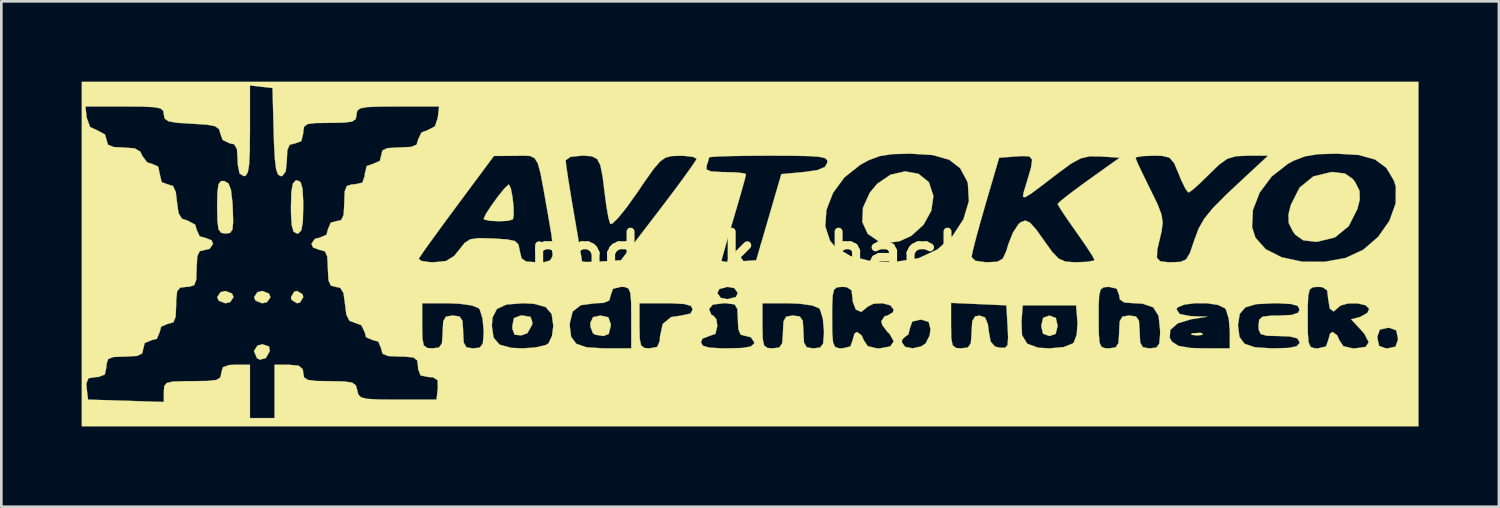
<source format=kicad_pcb>
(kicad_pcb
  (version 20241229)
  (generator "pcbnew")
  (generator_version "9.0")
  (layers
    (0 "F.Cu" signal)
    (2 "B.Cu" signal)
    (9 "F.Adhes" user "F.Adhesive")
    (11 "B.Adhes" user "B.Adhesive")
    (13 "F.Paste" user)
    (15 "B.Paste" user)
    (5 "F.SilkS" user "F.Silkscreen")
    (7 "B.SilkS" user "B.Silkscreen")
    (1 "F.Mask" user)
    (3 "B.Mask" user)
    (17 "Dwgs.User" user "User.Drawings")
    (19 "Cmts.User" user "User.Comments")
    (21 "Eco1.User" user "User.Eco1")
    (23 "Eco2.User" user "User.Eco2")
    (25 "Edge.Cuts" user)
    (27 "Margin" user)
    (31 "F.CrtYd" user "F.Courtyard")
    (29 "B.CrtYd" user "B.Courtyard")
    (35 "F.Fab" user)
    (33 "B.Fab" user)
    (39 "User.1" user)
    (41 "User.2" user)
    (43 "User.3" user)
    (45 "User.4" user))
  (footprint "nodrinknohack"
    (layer "F.Cu")
    (at 24.946 6.432)
    (property "Reference" "nodrinknohack" (at 0 0 0) (layer "F.SilkS") (effects (font (size 1.524 1.524) (thickness 0.3))))
    (attr through_hole)
    (fp_poly (pts (xy 16.87 2.959) (xy 16.889 3.015) (xy 16.678 3.036) (xy 16.461 3.012) (xy 16.487 2.959) (xy 16.8 2.939) (xy 16.87 2.959)) (stroke (width 0.01) (type solid)) (fill yes) (layer "F.SilkS"))
    (fp_poly (pts (xy -19.336 1.473) (xy -19.28 1.607) (xy -19.407 1.794) (xy -19.586 1.836) (xy -19.835 1.74) (xy -19.892 1.607) (xy -19.764 1.42) (xy -19.586 1.377) (xy -19.336 1.473)) (stroke (width 0.01) (type solid)) (fill yes) (layer "F.SilkS"))
    (fp_poly (pts (xy -17.959 1.473) (xy -17.902 1.607) (xy -18.03 1.794) (xy -18.208 1.836) (xy -18.458 1.74) (xy -18.514 1.607) (xy -18.387 1.42) (xy -18.208 1.377) (xy -17.959 1.473)) (stroke (width 0.01) (type solid)) (fill yes) (layer "F.SilkS"))
    (fp_poly (pts (xy -17.952 3.451) (xy -17.929 3.621) (xy -18.074 3.881) (xy -18.301 3.943) (xy -18.409 3.879) (xy -18.518 3.617) (xy -18.381 3.411) (xy -18.197 3.366) (xy -17.952 3.451)) (stroke (width 0.01) (type solid)) (fill yes) (layer "F.SilkS"))
    (fp_poly (pts (xy -16.705 1.5) (xy -16.678 1.607) (xy -16.801 1.809) (xy -16.908 1.836) (xy -17.111 1.714) (xy -17.137 1.607) (xy -17.015 1.404) (xy -16.908 1.377) (xy -16.705 1.5)) (stroke (width 0.01) (type solid)) (fill yes) (layer "F.SilkS"))
    (fp_poly (pts (xy 11.41 2.385) (xy 11.476 2.678) (xy 11.404 2.978) (xy 11.17 3.06) (xy 10.93 2.971) (xy 10.864 2.678) (xy 10.936 2.378) (xy 11.17 2.295) (xy 11.41 2.385)) (stroke (width 0.01) (type solid)) (fill yes) (layer "F.SilkS"))
    (fp_poly (pts (xy -8.195 2.345) (xy -8.128 2.547) (xy -8.137 2.639) (xy -8.311 2.949) (xy -8.53 3.033) (xy -8.788 3.012) (xy -8.872 2.794) (xy -8.875 2.688) (xy -8.816 2.392) (xy -8.579 2.298) (xy -8.482 2.295) (xy -8.195 2.345)) (stroke (width 0.01) (type solid)) (fill yes) (layer "F.SilkS"))
    (fp_poly (pts (xy -5.294 2.358) (xy -5.204 2.607) (xy -5.202 2.678) (xy -5.279 2.983) (xy -5.483 3.06) (xy -5.774 3.01) (xy -5.865 2.958) (xy -5.953 2.733) (xy -5.967 2.576) (xy -5.862 2.352) (xy -5.585 2.295) (xy -5.294 2.358)) (stroke (width 0.01) (type solid)) (fill yes) (layer "F.SilkS"))
    (fp_poly (pts (xy -16.779 -2.688) (xy -16.708 -2.451) (xy -16.68 -1.985) (xy -16.678 -1.76) (xy -16.694 -1.202) (xy -16.748 -0.892) (xy -16.856 -0.772) (xy -16.908 -0.765) (xy -17.037 -0.831) (xy -17.108 -1.069) (xy -17.136 -1.534) (xy -17.137 -1.76) (xy -17.122 -2.318) (xy -17.067 -2.628) (xy -16.96 -2.747) (xy -16.908 -2.754) (xy -16.779 -2.688)) (stroke (width 0.01) (type solid)) (fill yes) (layer "F.SilkS"))
    (fp_poly (pts (xy -8.935 -2.467) (xy -8.872 -2.151) (xy -8.83 -1.768) (xy -8.824 -1.44) (xy -8.857 -1.293) (xy -9.042 -1.241) (xy -9.368 -1.225) (xy -9.705 -1.241) (xy -9.922 -1.288) (xy -9.946 -1.314) (xy -9.863 -1.496) (xy -9.659 -1.809) (xy -9.404 -2.16) (xy -9.166 -2.453) (xy -9.015 -2.595) (xy -9.006 -2.598) (xy -8.935 -2.467)) (stroke (width 0.01) (type solid)) (fill yes) (layer "F.SilkS"))
    (fp_poly (pts (xy -19.468 -2.635) (xy -19.375 -2.393) (xy -19.322 -1.934) (xy -19.31 -1.72) (xy -19.294 -1.197) (xy -19.322 -0.91) (xy -19.414 -0.789) (xy -19.578 -0.765) (xy -19.747 -0.794) (xy -19.841 -0.926) (xy -19.882 -1.228) (xy -19.892 -1.768) (xy -19.892 -1.771) (xy -19.882 -2.312) (xy -19.84 -2.609) (xy -19.75 -2.725) (xy -19.624 -2.726) (xy -19.468 -2.635)) (stroke (width 0.01) (type solid)) (fill yes) (layer "F.SilkS"))
    (fp_poly (pts (xy 6.283 -2.996) (xy 6.662 -2.69) (xy 6.675 -2.671) (xy 6.84 -2.166) (xy 6.76 -1.617) (xy 6.474 -1.097) (xy 6.017 -0.681) (xy 5.566 -0.476) (xy 5.138 -0.419) (xy 4.813 -0.463) (xy 4.388 -0.757) (xy 4.186 -1.199) (xy 4.211 -1.73) (xy 4.463 -2.286) (xy 4.743 -2.624) (xy 5.238 -2.961) (xy 5.78 -3.086) (xy 6.283 -2.996)) (stroke (width 0.01) (type solid)) (fill yes) (layer "F.SilkS"))
    (fp_poly (pts (xy 22.199 -3.006) (xy 22.49 -2.803) (xy 22.588 -2.671) (xy 22.744 -2.357) (xy 22.751 -2.031) (xy 22.664 -1.684) (xy 22.336 -1.038) (xy 21.824 -0.621) (xy 21.162 -0.46) (xy 21.099 -0.459) (xy 20.645 -0.513) (xy 20.353 -0.716) (xy 20.255 -0.849) (xy 20.099 -1.162) (xy 20.092 -1.488) (xy 20.179 -1.835) (xy 20.507 -2.481) (xy 21.019 -2.898) (xy 21.681 -3.059) (xy 21.745 -3.06) (xy 22.199 -3.006)) (stroke (width 0.01) (type solid)) (fill yes) (layer "F.SilkS"))
    (fp_poly (pts (xy 24.941 6.427) (xy -24.941 6.427) (xy -24.941 -5.508) (xy -24.808 -5.508) (xy -24.76 -5.088) (xy -24.633 -4.742) (xy -24.367 -4.618) (xy -24.079 -4.466) (xy -24.023 -4.274) (xy -23.969 -4.081) (xy -23.755 -3.995) (xy -23.397 -3.978) (xy -22.969 -3.945) (xy -22.756 -3.82) (xy -22.69 -3.672) (xy -22.503 -3.422) (xy -22.322 -3.366) (xy -22.093 -3.266) (xy -22.034 -2.984) (xy -21.96 -2.682) (xy -21.737 -2.601) (xy -21.54 -2.541) (xy -21.435 -2.312) (xy -21.392 -1.951) (xy -21.334 -1.526) (xy -21.207 -1.321) (xy -21.001 -1.252) (xy -20.713 -1.1) (xy -20.657 -0.907) (xy -20.543 -0.659) (xy -20.351 -0.612) (xy -20.101 -0.516) (xy -20.045 -0.383) (xy -20.172 -0.196) (xy -20.351 -0.153) (xy -20.542 -0.108) (xy -20.632 0.079) (xy -20.657 0.486) (xy -20.657 0.536) (xy -20.672 0.96) (xy -20.75 1.162) (xy -20.936 1.221) (xy -21.039 1.224) (xy -21.275 1.253) (xy -21.387 1.393) (xy -21.42 1.727) (xy -21.422 1.913) (xy -21.442 2.343) (xy -21.525 2.546) (xy -21.706 2.601) (xy -21.728 2.601) (xy -21.983 2.709) (xy -22.034 2.907) (xy -22.142 3.163) (xy -22.34 3.213) (xy -22.595 3.321) (xy -22.646 3.519) (xy -22.691 3.711) (xy -22.878 3.801) (xy -23.285 3.825) (xy -23.334 3.825) (xy -23.759 3.841) (xy -23.961 3.919) (xy -24.02 4.105) (xy -24.023 4.208) (xy -24.084 4.496) (xy -24.327 4.588) (xy -24.416 4.59) (xy -24.695 4.634) (xy -24.773 4.83) (xy -24.76 5.011) (xy -24.711 5.432) (xy -21.881 5.52) (xy -21.881 5.132) (xy -21.866 4.929) (xy -21.776 4.813) (xy -21.545 4.759) (xy -21.106 4.744) (xy -20.81 4.743) (xy -20.247 4.735) (xy -19.924 4.698) (xy -19.777 4.613) (xy -19.739 4.462) (xy -19.739 4.437) (xy -19.679 4.226) (xy -19.445 4.141) (xy -19.203 4.131) (xy -18.667 4.131) (xy -18.667 6.12) (xy -17.749 6.12) (xy -17.749 4.131) (xy -17.214 4.131) (xy -16.845 4.166) (xy -16.696 4.299) (xy -16.678 4.437) (xy -16.647 4.604) (xy -16.508 4.696) (xy -16.193 4.736) (xy -15.694 4.743) (xy -15.159 4.753) (xy -14.857 4.797) (xy -14.715 4.899) (xy -14.662 5.085) (xy -14.662 5.088) (xy -14.622 5.247) (xy -14.519 5.348) (xy -14.294 5.403) (xy -13.887 5.427) (xy -13.239 5.432) (xy -13.159 5.432) (xy -11.705 5.432) (xy -11.657 5.011) (xy -11.663 4.706) (xy -11.833 4.599) (xy -12.001 4.59) (xy -12.298 4.531) (xy -12.392 4.294) (xy -12.394 4.208) (xy -12.423 3.972) (xy -12.563 3.86) (xy -12.897 3.827) (xy -13.083 3.825) (xy -13.513 3.805) (xy -13.716 3.722) (xy -13.771 3.541) (xy -13.771 3.519) (xy -13.879 3.264) (xy -14.077 3.213) (xy -14.334 3.104) (xy -14.383 2.918) (xy -14.512 2.653) (xy -14.727 2.574) (xy -14.954 2.489) (xy -15.07 2.262) (xy -15.119 1.874) (xy -15.124 1.836) (xy -12.241 1.836) (xy -12.241 2.678) (xy -12.231 3.16) (xy -12.179 3.411) (xy -12.049 3.505) (xy -11.858 3.519) (xy -11.612 3.486) (xy -11.502 3.328) (xy -11.476 2.961) (xy -11.476 2.907) (xy -11.455 2.513) (xy -11.357 2.338) (xy -11.127 2.295) (xy -11.093 2.295) (xy -10.847 2.329) (xy -10.737 2.486) (xy -10.711 2.854) (xy -10.711 2.907) (xy -10.69 3.302) (xy -10.591 3.477) (xy -10.362 3.519) (xy -10.328 3.519) (xy -10.088 3.489) (xy -9.977 3.342) (xy -9.947 2.996) (xy -9.946 2.861) (xy -9.962 2.678) (xy -9.64 2.678) (xy -9.576 3.119) (xy -9.351 3.381) (xy -8.914 3.5) (xy -8.492 3.519) (xy -8.007 3.485) (xy -7.638 3.398) (xy -7.528 3.336) (xy -7.396 3.059) (xy -7.345 2.678) (xy -6.733 2.678) (xy -6.68 3.091) (xy -6.489 3.347) (xy -6.107 3.479) (xy -5.481 3.519) (xy -5.401 3.519) (xy -4.437 3.519) (xy -4.437 2.372) (xy -4.442 1.836) (xy -4.131 1.836) (xy -4.131 2.678) (xy -4.121 3.16) (xy -4.069 3.411) (xy -3.94 3.505) (xy -3.749 3.519) (xy -3.469 3.465) (xy -3.393 3.29) (xy -1.836 3.29) (xy -1.77 3.418) (xy -1.532 3.49) (xy -1.067 3.518) (xy -0.842 3.519) (xy -0.284 3.504) (xy 0.026 3.449) (xy 0.146 3.342) (xy 0.153 3.29) (xy 0.025 3.103) (xy -0.153 3.06) (xy -0.353 3.009) (xy -0.442 2.801) (xy -0.459 2.448) (xy -0.475 2.056) (xy -0.575 1.882) (xy -0.837 1.838) (xy -0.995 1.836) (xy 0.459 1.836) (xy 0.459 2.678) (xy 0.469 3.16) (xy 0.521 3.411) (xy 0.651 3.505) (xy 0.842 3.519) (xy 1.088 3.486) (xy 1.198 3.328) (xy 1.224 2.961) (xy 1.224 2.907) (xy 1.245 2.513) (xy 1.343 2.338) (xy 1.573 2.295) (xy 1.607 2.295) (xy 1.853 2.329) (xy 1.963 2.486) (xy 1.989 2.854) (xy 1.989 2.907) (xy 2.01 3.302) (xy 2.109 3.477) (xy 2.338 3.519) (xy 2.372 3.519) (xy 2.612 3.489) (xy 2.723 3.342) (xy 2.753 2.996) (xy 2.754 2.861) (xy 2.714 2.41) (xy 2.702 2.372) (xy 3.06 2.372) (xy 3.065 2.955) (xy 3.094 3.298) (xy 3.168 3.463) (xy 3.308 3.515) (xy 3.443 3.519) (xy 3.743 3.448) (xy 3.825 3.213) (xy 3.895 2.965) (xy 3.993 2.907) (xy 4.162 3.035) (xy 4.24 3.213) (xy 4.389 3.437) (xy 4.728 3.517) (xy 4.838 3.519) (xy 5.23 3.447) (xy 5.336 3.29) (xy 5.661 3.29) (xy 5.783 3.462) (xy 6.066 3.517) (xy 6.385 3.446) (xy 6.549 3.336) (xy 6.697 3.043) (xy 6.733 2.8) (xy 6.698 2.671) (xy 7.498 2.671) (xy 7.507 3.155) (xy 7.559 3.408) (xy 7.686 3.505) (xy 7.88 3.519) (xy 8.127 3.486) (xy 8.236 3.328) (xy 8.263 2.961) (xy 8.263 2.907) (xy 8.289 2.505) (xy 8.394 2.328) (xy 8.559 2.295) (xy 8.768 2.366) (xy 8.874 2.626) (xy 8.904 2.869) (xy 8.974 3.265) (xy 9.134 3.448) (xy 9.304 3.493) (xy 9.507 3.501) (xy 9.605 3.402) (xy 9.628 3.127) (xy 9.61 2.728) (xy 9.597 2.497) (xy 10.127 2.497) (xy 10.147 3.028) (xy 10.342 3.347) (xy 10.755 3.495) (xy 11.17 3.519) (xy 11.704 3.47) (xy 12.042 3.336) (xy 12.079 3.3) (xy 12.187 3.011) (xy 12.218 2.581) (xy 12.213 2.497) (xy 12.202 2.372) (xy 13.006 2.372) (xy 13.011 2.955) (xy 13.039 3.298) (xy 13.113 3.463) (xy 13.254 3.515) (xy 13.389 3.519) (xy 13.635 3.486) (xy 13.745 3.328) (xy 13.771 2.961) (xy 13.771 2.907) (xy 13.792 2.513) (xy 13.89 2.338) (xy 14.12 2.295) (xy 14.154 2.295) (xy 14.4 2.329) (xy 14.51 2.486) (xy 14.536 2.854) (xy 14.536 2.907) (xy 14.557 3.302) (xy 14.656 3.477) (xy 14.885 3.519) (xy 14.919 3.519) (xy 15.159 3.489) (xy 15.27 3.342) (xy 15.289 3.127) (xy 15.659 3.127) (xy 15.75 3.277) (xy 15.992 3.428) (xy 16.437 3.504) (xy 16.927 3.519) (xy 17.902 3.519) (xy 17.902 2.861) (xy 17.886 2.678) (xy 18.208 2.678) (xy 18.261 3.091) (xy 18.452 3.347) (xy 18.834 3.479) (xy 19.46 3.519) (xy 19.54 3.519) (xy 20.088 3.503) (xy 20.388 3.445) (xy 20.499 3.333) (xy 20.504 3.29) (xy 20.422 3.145) (xy 20.138 3.075) (xy 19.739 3.06) (xy 19.284 3.048) (xy 19.058 2.985) (xy 18.981 2.831) (xy 18.973 2.678) (xy 18.998 2.451) (xy 19.087 2.372) (xy 20.81 2.372) (xy 20.814 2.955) (xy 20.843 3.298) (xy 20.917 3.463) (xy 21.058 3.515) (xy 21.192 3.519) (xy 21.492 3.448) (xy 21.575 3.213) (xy 21.645 2.965) (xy 21.742 2.907) (xy 21.911 3.035) (xy 21.989 3.213) (xy 22.138 3.437) (xy 22.477 3.517) (xy 22.587 3.519) (xy 22.974 3.463) (xy 23.086 3.288) (xy 23.008 3.137) (xy 23.411 3.137) (xy 23.474 3.428) (xy 23.723 3.518) (xy 23.793 3.519) (xy 24.085 3.456) (xy 24.174 3.207) (xy 24.176 3.137) (xy 24.113 2.846) (xy 23.864 2.756) (xy 23.793 2.754) (xy 23.502 2.817) (xy 23.412 3.066) (xy 23.411 3.137) (xy 23.008 3.137) (xy 22.927 2.981) (xy 22.767 2.796) (xy 22.428 2.436) (xy 22.767 2.348) (xy 23.032 2.198) (xy 23.105 2.048) (xy 22.975 1.912) (xy 22.67 1.841) (xy 22.314 1.843) (xy 22.03 1.923) (xy 21.957 1.989) (xy 21.775 2.144) (xy 21.632 2.03) (xy 21.575 1.683) (xy 21.534 1.355) (xy 21.359 1.235) (xy 21.192 1.224) (xy 20.998 1.238) (xy 20.884 1.324) (xy 20.829 1.546) (xy 20.811 1.969) (xy 20.81 2.372) (xy 19.087 2.372) (xy 19.125 2.337) (xy 19.432 2.299) (xy 19.739 2.295) (xy 20.22 2.271) (xy 20.455 2.186) (xy 20.504 2.066) (xy 20.436 1.935) (xy 20.194 1.864) (xy 19.72 1.837) (xy 19.54 1.836) (xy 18.886 1.869) (xy 18.481 1.99) (xy 18.273 2.232) (xy 18.209 2.627) (xy 18.208 2.678) (xy 17.886 2.678) (xy 17.862 2.41) (xy 17.761 2.08) (xy 17.719 2.02) (xy 17.459 1.898) (xy 17.053 1.837) (xy 16.599 1.834) (xy 16.198 1.887) (xy 15.949 1.993) (xy 15.913 2.066) (xy 16.034 2.238) (xy 16.417 2.313) (xy 16.487 2.317) (xy 17.061 2.339) (xy 16.464 2.432) (xy 15.959 2.585) (xy 15.68 2.83) (xy 15.659 3.127) (xy 15.289 3.127) (xy 15.3 2.996) (xy 15.301 2.861) (xy 15.244 2.305) (xy 15.041 1.985) (xy 14.643 1.851) (xy 14.353 1.836) (xy 13.964 1.808) (xy 13.798 1.693) (xy 13.771 1.53) (xy 13.681 1.29) (xy 13.389 1.224) (xy 13.194 1.238) (xy 13.08 1.324) (xy 13.025 1.546) (xy 13.007 1.969) (xy 13.006 2.372) (xy 12.202 2.372) (xy 12.164 1.913) (xy 10.175 1.913) (xy 10.127 2.497) (xy 9.597 2.497) (xy 9.563 1.913) (xy 7.498 1.822) (xy 7.498 2.671) (xy 6.698 2.671) (xy 6.661 2.53) (xy 6.393 2.449) (xy 6.35 2.448) (xy 6.05 2.52) (xy 5.967 2.754) (xy 5.903 3.003) (xy 5.814 3.06) (xy 5.679 3.184) (xy 5.661 3.29) (xy 5.336 3.29) (xy 5.36 3.254) (xy 5.207 2.981) (xy 5.126 2.907) (xy 4.931 2.647) (xy 4.896 2.506) (xy 5.019 2.319) (xy 5.126 2.295) (xy 5.329 2.173) (xy 5.355 2.066) (xy 5.228 1.911) (xy 4.935 1.836) (xy 4.607 1.852) (xy 4.375 1.969) (xy 4.361 1.989) (xy 4.148 2.158) (xy 3.945 2.073) (xy 3.831 1.781) (xy 3.825 1.683) (xy 3.784 1.355) (xy 3.609 1.235) (xy 3.443 1.224) (xy 3.248 1.238) (xy 3.134 1.324) (xy 3.079 1.546) (xy 3.062 1.969) (xy 3.06 2.372) (xy 2.702 2.372) (xy 2.613 2.08) (xy 2.571 2.02) (xy 2.322 1.92) (xy 1.864 1.854) (xy 1.423 1.836) (xy 0.459 1.836) (xy -0.995 1.836) (xy -1.391 1.886) (xy -1.529 2.045) (xy -1.53 2.066) (xy -1.447 2.269) (xy -1.377 2.295) (xy -1.262 2.426) (xy -1.224 2.678) (xy -1.296 2.978) (xy -1.53 3.06) (xy -1.779 3.156) (xy -1.836 3.29) (xy -3.393 3.29) (xy -3.372 3.24) (xy -3.366 3.091) (xy -3.264 2.611) (xy -2.951 2.352) (xy -2.571 2.295) (xy -2.229 2.223) (xy -2.142 2.066) (xy -2.209 1.937) (xy -2.446 1.865) (xy -2.911 1.838) (xy -3.137 1.836) (xy -4.131 1.836) (xy -4.442 1.836) (xy -4.442 1.788) (xy -4.47 1.454) (xy -1.224 1.454) (xy -1.091 1.638) (xy -0.842 1.683) (xy -0.534 1.603) (xy -0.459 1.454) (xy -0.592 1.269) (xy -0.842 1.224) (xy -1.149 1.304) (xy -1.224 1.454) (xy -4.47 1.454) (xy -4.471 1.446) (xy -4.545 1.281) (xy -4.686 1.228) (xy -4.82 1.224) (xy -5.12 1.296) (xy -5.202 1.53) (xy -5.257 1.734) (xy -5.474 1.822) (xy -5.784 1.836) (xy -6.321 1.907) (xy -6.623 2.144) (xy -6.731 2.584) (xy -6.733 2.678) (xy -7.345 2.678) (xy -7.408 2.236) (xy -7.633 1.975) (xy -8.07 1.855) (xy -8.492 1.836) (xy -9.094 1.883) (xy -9.451 2.048) (xy -9.614 2.368) (xy -9.64 2.678) (xy -9.962 2.678) (xy -9.986 2.41) (xy -10.087 2.08) (xy -10.129 2.02) (xy -10.378 1.92) (xy -10.836 1.854) (xy -11.277 1.836) (xy -12.241 1.836) (xy -15.124 1.836) (xy -15.177 1.453) (xy -15.295 1.262) (xy -15.463 1.224) (xy -15.649 1.176) (xy -15.737 0.981) (xy -15.76 0.562) (xy -15.76 0.536) (xy -15.777 0.176) (xy -12.368 0.176) (xy -12.267 0.257) (xy -11.95 0.302) (xy -11.805 0.306) (xy -11.352 0.26) (xy -11.048 0.073) (xy -10.859 -0.16) (xy -10.655 -0.416) (xy -10.447 -0.551) (xy -10.135 -0.595) (xy -9.621 -0.582) (xy -9.586 -0.581) (xy -9.068 -0.547) (xy -8.781 -0.487) (xy -8.65 -0.364) (xy -8.6 -0.143) (xy -8.597 -0.115) (xy -8.532 0.159) (xy -8.359 0.278) (xy -7.983 0.306) (xy -7.946 0.306) (xy -7.656 0.297) (xy -7.466 0.236) (xy -7.369 0.077) (xy -7.356 -0.229) (xy -7.417 -0.73) (xy -7.544 -1.474) (xy -7.579 -1.671) (xy -7.722 -2.481) (xy -7.829 -3.038) (xy -7.927 -3.39) (xy -7.984 -3.481) (xy -6.885 -3.481) (xy -6.859 -3.261) (xy -6.791 -2.808) (xy -6.691 -2.189) (xy -6.58 -1.53) (xy -6.46 -0.836) (xy -6.363 -0.263) (xy -6.297 0.128) (xy -6.275 0.276) (xy -6.137 0.295) (xy -5.788 0.289) (xy -5.548 0.276) (xy -4.822 0.23) (xy -3.413 -1.607) (xy -2.923 -2.253) (xy -2.505 -2.816) (xy -2.259 -3.158) (xy -1.629 -3.158) (xy -1.465 -3.085) (xy -1.07 -3.061) (xy -0.934 -3.06) (xy -0.493 -3.046) (xy -0.209 -3.009) (xy -0.153 -2.979) (xy -0.194 -2.807) (xy -0.305 -2.407) (xy -0.467 -1.844) (xy -0.612 -1.352) (xy -0.801 -0.711) (xy -0.952 -0.186) (xy -1.047 0.158) (xy -1.071 0.258) (xy -0.935 0.288) (xy -0.593 0.287) (xy -0.422 0.277) (xy 0.227 0.23) (xy 0.597 -1.038) (xy 2.804 -1.038) (xy 2.98 -0.501) (xy 3.181 -0.259) (xy 3.753 0.078) (xy 4.513 0.267) (xy 5.376 0.298) (xy 6.256 0.16) (xy 6.307 0.146) (xy 6.377 0.114) (xy 8.263 0.114) (xy 8.405 0.251) (xy 8.803 0.306) (xy 8.855 0.306) (xy 9.227 0.286) (xy 9.431 0.17) (xy 9.564 -0.122) (xy 9.631 -0.353) (xy 9.806 -0.798) (xy 10.023 -1.125) (xy 10.097 -1.187) (xy 10.27 -1.251) (xy 10.443 -1.176) (xy 10.673 -0.919) (xy 10.952 -0.528) (xy 11.275 -0.079) (xy 11.517 0.171) (xy 11.766 0.28) (xy 12.107 0.306) (xy 12.19 0.306) (xy 12.592 0.288) (xy 12.827 0.243) (xy 12.853 0.219) (xy 12.77 0.061) (xy 12.551 -0.277) (xy 12.239 -0.729) (xy 12.164 -0.834) (xy 11.838 -1.299) (xy 11.596 -1.662) (xy 11.48 -1.857) (xy 11.476 -1.871) (xy 11.592 -1.986) (xy 11.904 -2.233) (xy 12.356 -2.569) (xy 12.633 -2.77) (xy 13.785 -3.592) (xy 14.383 -3.592) (xy 14.447 -3.427) (xy 14.618 -3.06) (xy 14.861 -2.564) (xy 14.931 -2.423) (xy 15.205 -1.861) (xy 15.353 -1.474) (xy 15.397 -1.17) (xy 15.356 -0.855) (xy 15.314 -0.676) (xy 15.193 -0.153) (xy 15.182 0.141) (xy 15.308 0.272) (xy 15.6 0.305) (xy 15.732 0.306) (xy 16.067 0.291) (xy 16.27 0.2) (xy 16.413 -0.039) (xy 16.569 -0.496) (xy 16.579 -0.527) (xy 16.735 -0.944) (xy 16.769 -1.004) (xy 18.733 -1.004) (xy 18.858 -0.612) (xy 19.241 -0.181) (xy 19.843 0.122) (xy 20.598 0.284) (xy 21.442 0.288) (xy 22.22 0.146) (xy 22.881 -0.16) (xy 23.441 -0.645) (xy 23.859 -1.243) (xy 24.091 -1.888) (xy 24.098 -2.513) (xy 24.029 -2.739) (xy 23.743 -3.218) (xy 23.324 -3.529) (xy 22.718 -3.698) (xy 21.881 -3.748) (xy 21.202 -3.728) (xy 20.71 -3.648) (xy 20.287 -3.486) (xy 20.075 -3.372) (xy 19.465 -2.896) (xy 19.017 -2.297) (xy 18.763 -1.643) (xy 18.733 -1.004) (xy 16.769 -1.004) (xy 16.944 -1.314) (xy 17.259 -1.703) (xy 17.73 -2.18) (xy 18.086 -2.516) (xy 19.33 -3.672) (xy 18.572 -3.672) (xy 18.13 -3.652) (xy 17.807 -3.556) (xy 17.493 -3.33) (xy 17.137 -2.984) (xy 16.771 -2.626) (xy 16.489 -2.377) (xy 16.361 -2.295) (xy 16.253 -2.425) (xy 16.091 -2.755) (xy 15.998 -2.984) (xy 15.824 -3.398) (xy 15.649 -3.6) (xy 15.37 -3.666) (xy 15.059 -3.672) (xy 14.653 -3.656) (xy 14.412 -3.615) (xy 14.383 -3.592) (xy 13.785 -3.592) (xy 13.79 -3.596) (xy 13.08 -3.643) (xy 12.671 -3.648) (xy 12.339 -3.572) (xy 11.98 -3.376) (xy 11.507 -3.031) (xy 10.895 -2.561) (xy 10.494 -2.262) (xy 10.269 -2.123) (xy 10.184 -2.136) (xy 10.203 -2.29) (xy 10.29 -2.575) (xy 10.333 -2.711) (xy 10.485 -3.233) (xy 10.523 -3.524) (xy 10.42 -3.645) (xy 10.149 -3.658) (xy 9.925 -3.643) (xy 9.293 -3.596) (xy 8.778 -1.837) (xy 8.577 -1.135) (xy 8.412 -0.532) (xy 8.302 -0.093) (xy 8.263 0.114) (xy 6.377 0.114) (xy 6.99 -0.172) (xy 7.555 -0.676) (xy 7.961 -1.3) (xy 8.165 -1.976) (xy 8.125 -2.636) (xy 8.098 -2.722) (xy 7.839 -3.204) (xy 7.428 -3.521) (xy 6.821 -3.695) (xy 5.97 -3.748) (xy 5.967 -3.748) (xy 5.309 -3.73) (xy 4.835 -3.657) (xy 4.424 -3.503) (xy 4.108 -3.33) (xy 3.519 -2.863) (xy 3.093 -2.283) (xy 2.848 -1.653) (xy 2.804 -1.038) (xy 0.597 -1.038) (xy 0.696 -1.377) (xy 1.164 -2.984) (xy 1.996 -3.06) (xy 2.513 -3.134) (xy 2.788 -3.249) (xy 2.879 -3.405) (xy 2.876 -3.509) (xy 2.79 -3.582) (xy 2.577 -3.63) (xy 2.193 -3.657) (xy 1.593 -3.669) (xy 0.734 -3.672) (xy 0.7 -3.672) (xy -0.087 -3.668) (xy -0.752 -3.657) (xy -1.241 -3.64) (xy -1.502 -3.618) (xy -1.53 -3.608) (xy -1.578 -3.428) (xy -1.623 -3.302) (xy -1.629 -3.158) (xy -2.259 -3.158) (xy -2.194 -3.249) (xy -2.021 -3.508) (xy -1.997 -3.558) (xy -2.128 -3.627) (xy -2.467 -3.665) (xy -2.639 -3.668) (xy -2.932 -3.657) (xy -3.157 -3.601) (xy -3.364 -3.453) (xy -3.607 -3.17) (xy -3.936 -2.706) (xy -4.208 -2.306) (xy -4.598 -1.756) (xy -4.922 -1.354) (xy -5.143 -1.138) (xy -5.222 -1.125) (xy -5.29 -1.364) (xy -5.367 -1.801) (xy -5.422 -2.219) (xy -5.505 -2.891) (xy -5.59 -3.315) (xy -5.711 -3.549) (xy -5.902 -3.649) (xy -6.196 -3.672) (xy -6.284 -3.672) (xy -6.71 -3.627) (xy -6.883 -3.5) (xy -6.885 -3.481) (xy -7.984 -3.481) (xy -8.045 -3.581) (xy -8.211 -3.66) (xy -8.45 -3.673) (xy -8.763 -3.667) (xy -9.563 -3.661) (xy -10.94 -1.807) (xy -11.424 -1.152) (xy -11.841 -0.58) (xy -12.157 -0.139) (xy -12.338 0.125) (xy -12.368 0.176) (xy -15.777 0.176) (xy -15.78 0.105) (xy -15.863 -0.098) (xy -16.044 -0.153) (xy -16.066 -0.153) (xy -16.315 -0.249) (xy -16.372 -0.383) (xy -16.245 -0.569) (xy -16.066 -0.612) (xy -15.811 -0.72) (xy -15.76 -0.918) (xy -15.652 -1.174) (xy -15.454 -1.224) (xy -15.263 -1.269) (xy -15.173 -1.456) (xy -15.148 -1.863) (xy -15.148 -1.913) (xy -15.132 -2.338) (xy -15.054 -2.539) (xy -14.869 -2.599) (xy -14.766 -2.601) (xy -14.474 -2.664) (xy -14.385 -2.913) (xy -14.383 -2.984) (xy -14.311 -3.284) (xy -14.077 -3.366) (xy -13.821 -3.474) (xy -13.771 -3.672) (xy -13.726 -3.864) (xy -13.539 -3.954) (xy -13.132 -3.978) (xy -13.083 -3.978) (xy -12.651 -3.999) (xy -12.447 -4.084) (xy -12.394 -4.265) (xy -12.394 -4.274) (xy -12.265 -4.539) (xy -12.05 -4.618) (xy -11.764 -4.765) (xy -11.657 -5.088) (xy -11.609 -5.508) (xy -13.149 -5.508) (xy -13.848 -5.504) (xy -14.296 -5.485) (xy -14.549 -5.438) (xy -14.662 -5.354) (xy -14.689 -5.222) (xy -14.689 -5.202) (xy -14.72 -5.037) (xy -14.858 -4.944) (xy -15.171 -4.905) (xy -15.684 -4.896) (xy -16.218 -4.89) (xy -16.516 -4.852) (xy -16.646 -4.756) (xy -16.678 -4.576) (xy -16.678 -4.514) (xy -16.75 -4.214) (xy -16.984 -4.131) (xy -17.185 -4.08) (xy -17.273 -3.873) (xy -17.29 -3.519) (xy -17.33 -3.09) (xy -17.459 -2.916) (xy -17.515 -2.907) (xy -17.619 -2.964) (xy -17.691 -3.166) (xy -17.739 -3.56) (xy -17.772 -4.192) (xy -17.782 -4.552) (xy -17.826 -6.197) (xy -18.247 -6.245) (xy -18.667 -6.294) (xy -18.667 -4.601) (xy -18.674 -3.845) (xy -18.698 -3.346) (xy -18.746 -3.057) (xy -18.824 -2.928) (xy -18.897 -2.907) (xy -19.057 -3.008) (xy -19.122 -3.343) (xy -19.127 -3.519) (xy -19.153 -3.921) (xy -19.258 -4.099) (xy -19.422 -4.131) (xy -19.687 -4.26) (xy -19.766 -4.476) (xy -19.821 -4.661) (xy -19.966 -4.77) (xy -20.271 -4.829) (xy -20.809 -4.863) (xy -20.848 -4.865) (xy -21.401 -4.9) (xy -21.714 -4.957) (xy -21.852 -5.059) (xy -21.881 -5.209) (xy -21.904 -5.348) (xy -22.012 -5.436) (xy -22.261 -5.484) (xy -22.707 -5.504) (xy -23.345 -5.508) (xy -24.808 -5.508) (xy -24.941 -5.508) (xy -24.941 -6.427) (xy 24.941 -6.427) (xy 24.941 6.427)) (stroke (width 0.01) (type solid)) (fill yes) (layer "F.SilkS")))
  (gr_rect
    (start -3 -3)
    (end 52.892 15.863)
    (stroke (width 0.1) (type default))
    (fill no)
    (layer "Edge.Cuts")))
</source>
